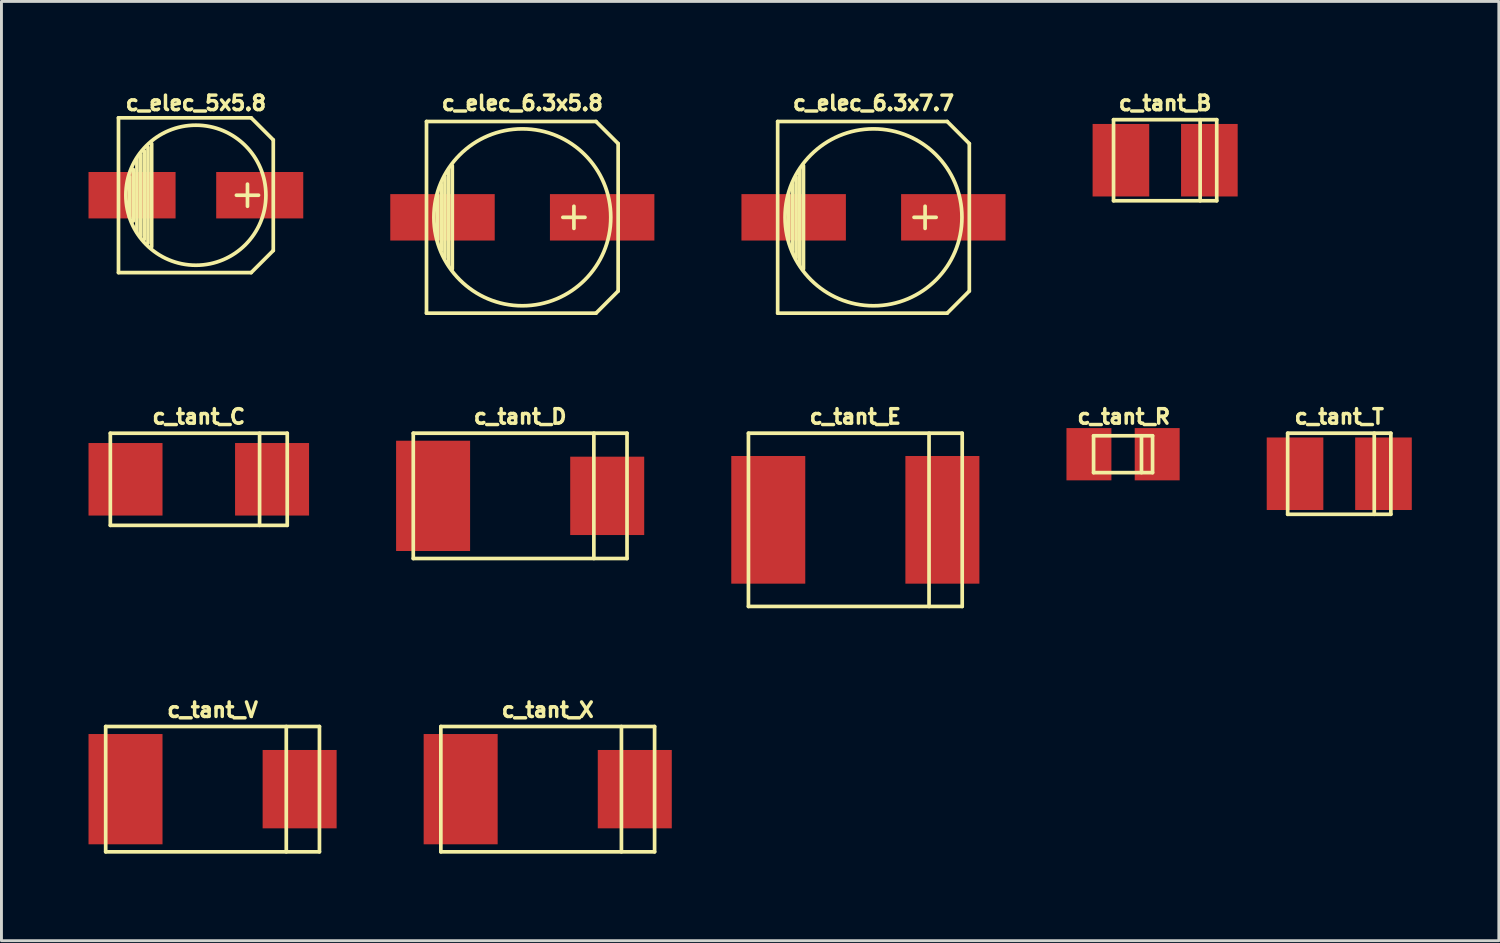
<source format=kicad_pcb>
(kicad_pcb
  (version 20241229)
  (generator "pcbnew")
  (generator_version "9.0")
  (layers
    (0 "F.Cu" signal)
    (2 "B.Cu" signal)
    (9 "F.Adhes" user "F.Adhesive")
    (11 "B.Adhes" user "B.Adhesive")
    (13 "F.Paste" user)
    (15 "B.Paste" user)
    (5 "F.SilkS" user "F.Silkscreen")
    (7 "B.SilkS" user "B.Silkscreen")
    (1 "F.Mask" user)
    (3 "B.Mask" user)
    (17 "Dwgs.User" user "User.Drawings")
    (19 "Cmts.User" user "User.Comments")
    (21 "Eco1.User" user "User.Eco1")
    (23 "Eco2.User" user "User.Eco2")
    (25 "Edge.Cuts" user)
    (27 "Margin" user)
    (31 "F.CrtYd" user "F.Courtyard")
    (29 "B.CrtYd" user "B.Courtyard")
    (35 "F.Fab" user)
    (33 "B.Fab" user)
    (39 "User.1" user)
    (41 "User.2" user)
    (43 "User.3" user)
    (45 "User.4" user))
  (footprint "c_tant_T"
    (layer "F.Cu")
    (at 43.1 13.275)
    (property "Reference" "c_tant_T" (at 0 -1.968 0) (layer "F.SilkS") (effects (font (size 0.5 0.5) (thickness 0.119))))
    (attr through_hole)
    (fp_line (start -1.778 -1.397) (end -1.778 1.397) (stroke (width 0.127) (type solid)) (layer "F.SilkS"))
    (fp_line (start -1.778 1.397) (end 1.778 1.397) (stroke (width 0.127) (type solid)) (layer "F.SilkS"))
    (fp_line (start 1.206 -1.397) (end 1.206 1.397) (stroke (width 0.127) (type solid)) (layer "F.SilkS"))
    (fp_line (start 1.778 -1.397) (end -1.778 -1.397) (stroke (width 0.127) (type solid)) (layer "F.SilkS"))
    (fp_line (start 1.778 1.397) (end 1.778 -1.397) (stroke (width 0.127) (type solid)) (layer "F.SilkS"))
    (pad "1" smd rect (at -1.524 0) (size 1.951 2.499) (layers "F.Cu" "F.Mask" "F.Paste"))
    (pad "2" smd rect (at 1.524 0) (size 1.951 2.499) (layers "F.Cu" "F.Mask" "F.Paste")))
  (footprint "c_tant_D"
    (layer "F.Cu")
    (at 14.874 14.037)
    (property "Reference" "c_tant_D" (at 0 -2.731 0) (layer "F.SilkS") (effects (font (size 0.5 0.5) (thickness 0.119))))
    (attr through_hole)
    (fp_line (start -3.683 -2.159) (end -3.683 2.159) (stroke (width 0.127) (type solid)) (layer "F.SilkS"))
    (fp_line (start -3.683 2.159) (end 3.683 2.159) (stroke (width 0.127) (type solid)) (layer "F.SilkS"))
    (fp_line (start 2.54 -2.159) (end 2.54 2.159) (stroke (width 0.127) (type solid)) (layer "F.SilkS"))
    (fp_line (start 3.683 -2.159) (end -3.683 -2.159) (stroke (width 0.127) (type solid)) (layer "F.SilkS"))
    (fp_line (start 3.683 2.159) (end 3.683 -2.159) (stroke (width 0.127) (type solid)) (layer "F.SilkS"))
    (pad "1" smd rect (at -3 0) (size 2.55 3.8) (layers "F.Cu" "F.Mask" "F.Paste"))
    (pad "2" smd rect (at 3 0) (size 2.55 2.7) (layers "F.Cu" "F.Mask" "F.Paste")))
  (footprint "c_elec_6.3x7.7"
    (layer "F.Cu")
    (at 27.05 4.439)
    (property "Reference" "c_elec_6.3x7.7" (at 0 -3.937 0) (layer "F.SilkS") (effects (font (size 0.5 0.5) (thickness 0.119))))
    (attr through_hole)
    (fp_line (start -3.302 -3.302) (end -3.302 3.302) (stroke (width 0.127) (type solid)) (layer "F.SilkS"))
    (fp_line (start -3.302 3.302) (end 2.54 3.302) (stroke (width 0.127) (type solid)) (layer "F.SilkS"))
    (fp_line (start -2.921 -0.762) (end -2.921 0.762) (stroke (width 0.127) (type solid)) (layer "F.SilkS"))
    (fp_line (start -2.794 1.143) (end -2.794 -1.143) (stroke (width 0.127) (type solid)) (layer "F.SilkS"))
    (fp_line (start -2.667 -1.397) (end -2.667 1.397) (stroke (width 0.127) (type solid)) (layer "F.SilkS"))
    (fp_line (start -2.54 1.651) (end -2.54 -1.651) (stroke (width 0.127) (type solid)) (layer "F.SilkS"))
    (fp_line (start -2.413 -1.778) (end -2.413 1.778) (stroke (width 0.127) (type solid)) (layer "F.SilkS"))
    (fp_line (start 1.778 -0.381) (end 1.778 0.381) (stroke (width 0.127) (type solid)) (layer "F.SilkS"))
    (fp_line (start 2.159 0) (end 1.397 0) (stroke (width 0.127) (type solid)) (layer "F.SilkS"))
    (fp_line (start 2.54 -3.302) (end -3.302 -3.302) (stroke (width 0.127) (type solid)) (layer "F.SilkS"))
    (fp_line (start 2.54 3.302) (end 3.302 2.54) (stroke (width 0.127) (type solid)) (layer "F.SilkS"))
    (fp_line (start 3.302 -2.54) (end 2.54 -3.302) (stroke (width 0.127) (type solid)) (layer "F.SilkS"))
    (fp_line (start 3.302 2.54) (end 3.302 -2.54) (stroke (width 0.127) (type solid)) (layer "F.SilkS"))
    (fp_circle (center 0 0) (end -3.048 0) (stroke (width 0.127) (type solid)) (fill no) (layer "F.SilkS"))
    (pad "1" smd rect (at 2.751 0) (size 3.599 1.6) (layers "F.Cu" "F.Mask" "F.Paste"))
    (pad "2" smd rect (at -2.751 0) (size 3.599 1.6) (layers "F.Cu" "F.Mask" "F.Paste")))
  (footprint "c_tant_C"
    (layer "F.Cu")
    (at 3.8 13.466)
    (property "Reference" "c_tant_C" (at 0 -2.159 0) (layer "F.SilkS") (effects (font (size 0.5 0.5) (thickness 0.119))))
    (attr through_hole)
    (fp_line (start -3.048 -1.587) (end -3.048 1.587) (stroke (width 0.127) (type solid)) (layer "F.SilkS"))
    (fp_line (start -3.048 1.587) (end 3.048 1.587) (stroke (width 0.127) (type solid)) (layer "F.SilkS"))
    (fp_line (start 2.095 -1.587) (end 2.095 1.587) (stroke (width 0.127) (type solid)) (layer "F.SilkS"))
    (fp_line (start 3.048 -1.587) (end -3.048 -1.587) (stroke (width 0.127) (type solid)) (layer "F.SilkS"))
    (fp_line (start 3.048 1.587) (end 3.048 -1.587) (stroke (width 0.127) (type solid)) (layer "F.SilkS"))
    (pad "1" smd rect (at -2.525 0) (size 2.55 2.499) (layers "F.Cu" "F.Mask" "F.Paste"))
    (pad "2" smd rect (at 2.525 0) (size 2.55 2.499) (layers "F.Cu" "F.Mask" "F.Paste")))
  (footprint "c_elec_5x5.8"
    (layer "F.Cu")
    (at 3.7 3.677)
    (property "Reference" "c_elec_5x5.8" (at 0 -3.175 0) (layer "F.SilkS") (effects (font (size 0.5 0.5) (thickness 0.119))))
    (attr through_hole)
    (fp_line (start -2.667 -2.667) (end 1.905 -2.667) (stroke (width 0.127) (type solid)) (layer "F.SilkS"))
    (fp_line (start -2.667 2.667) (end -2.667 -2.667) (stroke (width 0.127) (type solid)) (layer "F.SilkS"))
    (fp_line (start -2.286 -0.635) (end -2.286 0.762) (stroke (width 0.127) (type solid)) (layer "F.SilkS"))
    (fp_line (start -2.159 -0.889) (end -2.159 0.889) (stroke (width 0.127) (type solid)) (layer "F.SilkS"))
    (fp_line (start -2.032 -1.27) (end -2.032 1.27) (stroke (width 0.127) (type solid)) (layer "F.SilkS"))
    (fp_line (start -1.905 1.397) (end -1.905 -1.397) (stroke (width 0.127) (type solid)) (layer "F.SilkS"))
    (fp_line (start -1.778 -1.524) (end -1.778 1.524) (stroke (width 0.127) (type solid)) (layer "F.SilkS"))
    (fp_line (start -1.651 1.651) (end -1.651 -1.651) (stroke (width 0.127) (type solid)) (layer "F.SilkS"))
    (fp_line (start -1.524 -1.778) (end -1.524 1.778) (stroke (width 0.127) (type solid)) (layer "F.SilkS"))
    (fp_line (start 1.778 -0.381) (end 1.778 0.381) (stroke (width 0.127) (type solid)) (layer "F.SilkS"))
    (fp_line (start 1.905 -2.667) (end 2.667 -1.905) (stroke (width 0.127) (type solid)) (layer "F.SilkS"))
    (fp_line (start 1.905 2.667) (end -2.667 2.667) (stroke (width 0.127) (type solid)) (layer "F.SilkS"))
    (fp_line (start 2.159 0) (end 1.397 0) (stroke (width 0.127) (type solid)) (layer "F.SilkS"))
    (fp_line (start 2.667 -1.905) (end 2.667 1.905) (stroke (width 0.127) (type solid)) (layer "F.SilkS"))
    (fp_line (start 2.667 1.905) (end 1.905 2.667) (stroke (width 0.127) (type solid)) (layer "F.SilkS"))
    (fp_circle (center 0 0) (end -2.413 0) (stroke (width 0.127) (type solid)) (fill no) (layer "F.SilkS"))
    (pad "1" smd rect (at 2.2 0) (size 3 1.6) (layers "F.Cu" "F.Mask" "F.Paste"))
    (pad "2" smd rect (at -2.2 0) (size 3 1.6) (layers "F.Cu" "F.Mask" "F.Paste")))
  (footprint "c_elec_6.3x5.8"
    (layer "F.Cu")
    (at 14.949 4.439)
    (property "Reference" "c_elec_6.3x5.8" (at 0 -3.937 0) (layer "F.SilkS") (effects (font (size 0.5 0.5) (thickness 0.119))))
    (attr through_hole)
    (fp_line (start -3.302 -3.302) (end -3.302 3.302) (stroke (width 0.127) (type solid)) (layer "F.SilkS"))
    (fp_line (start -3.302 3.302) (end 2.54 3.302) (stroke (width 0.127) (type solid)) (layer "F.SilkS"))
    (fp_line (start -2.921 -0.762) (end -2.921 0.762) (stroke (width 0.127) (type solid)) (layer "F.SilkS"))
    (fp_line (start -2.794 1.143) (end -2.794 -1.143) (stroke (width 0.127) (type solid)) (layer "F.SilkS"))
    (fp_line (start -2.667 -1.397) (end -2.667 1.397) (stroke (width 0.127) (type solid)) (layer "F.SilkS"))
    (fp_line (start -2.54 1.651) (end -2.54 -1.651) (stroke (width 0.127) (type solid)) (layer "F.SilkS"))
    (fp_line (start -2.413 -1.778) (end -2.413 1.778) (stroke (width 0.127) (type solid)) (layer "F.SilkS"))
    (fp_line (start 1.778 -0.381) (end 1.778 0.381) (stroke (width 0.127) (type solid)) (layer "F.SilkS"))
    (fp_line (start 2.159 0) (end 1.397 0) (stroke (width 0.127) (type solid)) (layer "F.SilkS"))
    (fp_line (start 2.54 -3.302) (end -3.302 -3.302) (stroke (width 0.127) (type solid)) (layer "F.SilkS"))
    (fp_line (start 2.54 3.302) (end 3.302 2.54) (stroke (width 0.127) (type solid)) (layer "F.SilkS"))
    (fp_line (start 3.302 -2.54) (end 2.54 -3.302) (stroke (width 0.127) (type solid)) (layer "F.SilkS"))
    (fp_line (start 3.302 2.54) (end 3.302 -2.54) (stroke (width 0.127) (type solid)) (layer "F.SilkS"))
    (fp_circle (center 0 0) (end -3.048 0) (stroke (width 0.127) (type solid)) (fill no) (layer "F.SilkS"))
    (pad "1" smd rect (at 2.751 0) (size 3.599 1.6) (layers "F.Cu" "F.Mask" "F.Paste"))
    (pad "2" smd rect (at -2.751 0) (size 3.599 1.6) (layers "F.Cu" "F.Mask" "F.Paste")))
  (footprint "c_tant_E"
    (layer "F.Cu")
    (at 26.424 14.863)
    (property "Reference" "c_tant_E" (at 0 -3.556 0) (layer "F.SilkS") (effects (font (size 0.5 0.5) (thickness 0.119))))
    (attr through_hole)
    (fp_line (start -3.683 -2.985) (end -3.683 2.985) (stroke (width 0.127) (type solid)) (layer "F.SilkS"))
    (fp_line (start -3.683 2.985) (end 3.683 2.985) (stroke (width 0.127) (type solid)) (layer "F.SilkS"))
    (fp_line (start 2.54 2.985) (end 2.54 -2.985) (stroke (width 0.127) (type solid)) (layer "F.SilkS"))
    (fp_line (start 3.683 -2.985) (end -3.683 -2.985) (stroke (width 0.127) (type solid)) (layer "F.SilkS"))
    (fp_line (start 3.683 -2.985) (end 3.683 2.985) (stroke (width 0.127) (type solid)) (layer "F.SilkS"))
    (pad "1" smd rect (at -3 0) (size 2.55 4.399) (layers "F.Cu" "F.Mask" "F.Paste"))
    (pad "2" smd rect (at 3 0) (size 2.55 4.399) (layers "F.Cu" "F.Mask" "F.Paste")))
  (footprint "c_tant_R"
    (layer "F.Cu")
    (at 35.65 12.602)
    (property "Reference" "c_tant_R" (at 0.025 -1.295 0) (layer "F.SilkS") (effects (font (size 0.5 0.5) (thickness 0.119))))
    (attr through_hole)
    (fp_line (start -1.016 -0.635) (end -1.016 0.635) (stroke (width 0.127) (type solid)) (layer "F.SilkS"))
    (fp_line (start -1.016 0.635) (end 1.016 0.635) (stroke (width 0.127) (type solid)) (layer "F.SilkS"))
    (fp_line (start 0.635 -0.635) (end 0.635 0.635) (stroke (width 0.127) (type solid)) (layer "F.SilkS"))
    (fp_line (start 1.016 -0.635) (end -1.016 -0.635) (stroke (width 0.127) (type solid)) (layer "F.SilkS"))
    (fp_line (start 1.016 0.635) (end 1.016 -0.635) (stroke (width 0.127) (type solid)) (layer "F.SilkS"))
    (pad "1" smd rect (at -1.176 0) (size 1.549 1.801) (layers "F.Cu" "F.Mask" "F.Paste"))
    (pad "2" smd rect (at 1.176 0) (size 1.549 1.801) (layers "F.Cu" "F.Mask" "F.Paste")))
  (footprint "c_tant_X"
    (layer "F.Cu")
    (at 15.824 24.144)
    (property "Reference" "c_tant_X" (at 0 -2.731 0) (layer "F.SilkS") (effects (font (size 0.5 0.5) (thickness 0.119))))
    (attr through_hole)
    (fp_line (start -3.683 -2.159) (end -3.683 2.159) (stroke (width 0.127) (type solid)) (layer "F.SilkS"))
    (fp_line (start -3.683 2.159) (end 3.683 2.159) (stroke (width 0.127) (type solid)) (layer "F.SilkS"))
    (fp_line (start 2.54 -2.159) (end 2.54 2.159) (stroke (width 0.127) (type solid)) (layer "F.SilkS"))
    (fp_line (start 3.683 -2.159) (end -3.683 -2.159) (stroke (width 0.127) (type solid)) (layer "F.SilkS"))
    (fp_line (start 3.683 2.159) (end 3.683 -2.159) (stroke (width 0.127) (type solid)) (layer "F.SilkS"))
    (pad "1" smd rect (at -3 0) (size 2.55 3.8) (layers "F.Cu" "F.Mask" "F.Paste"))
    (pad "2" smd rect (at 3 0) (size 2.55 2.7) (layers "F.Cu" "F.Mask" "F.Paste")))
  (footprint "c_tant_B"
    (layer "F.Cu")
    (at 37.1 2.471)
    (property "Reference" "c_tant_B" (at 0 -1.968 0) (layer "F.SilkS") (effects (font (size 0.5 0.5) (thickness 0.119))))
    (attr through_hole)
    (fp_line (start -1.778 -1.397) (end -1.778 1.397) (stroke (width 0.127) (type solid)) (layer "F.SilkS"))
    (fp_line (start -1.778 1.397) (end 1.778 1.397) (stroke (width 0.127) (type solid)) (layer "F.SilkS"))
    (fp_line (start 1.206 -1.397) (end 1.206 1.397) (stroke (width 0.127) (type solid)) (layer "F.SilkS"))
    (fp_line (start 1.778 -1.397) (end -1.778 -1.397) (stroke (width 0.127) (type solid)) (layer "F.SilkS"))
    (fp_line (start 1.778 1.397) (end 1.778 -1.397) (stroke (width 0.127) (type solid)) (layer "F.SilkS"))
    (pad "1" smd rect (at -1.524 0) (size 1.951 2.499) (layers "F.Cu" "F.Mask" "F.Paste"))
    (pad "2" smd rect (at 1.524 0) (size 1.951 2.499) (layers "F.Cu" "F.Mask" "F.Paste")))
  (footprint "c_tant_V"
    (layer "F.Cu")
    (at 4.275 24.144)
    (property "Reference" "c_tant_V" (at 0 -2.731 0) (layer "F.SilkS") (effects (font (size 0.5 0.5) (thickness 0.119))))
    (attr through_hole)
    (fp_line (start -3.683 -2.159) (end -3.683 2.159) (stroke (width 0.127) (type solid)) (layer "F.SilkS"))
    (fp_line (start -3.683 2.159) (end 3.683 2.159) (stroke (width 0.127) (type solid)) (layer "F.SilkS"))
    (fp_line (start 2.54 -2.159) (end 2.54 2.159) (stroke (width 0.127) (type solid)) (layer "F.SilkS"))
    (fp_line (start 3.683 -2.159) (end -3.683 -2.159) (stroke (width 0.127) (type solid)) (layer "F.SilkS"))
    (fp_line (start 3.683 2.159) (end 3.683 -2.159) (stroke (width 0.127) (type solid)) (layer "F.SilkS"))
    (pad "1" smd rect (at -3 0) (size 2.55 3.8) (layers "F.Cu" "F.Mask" "F.Paste"))
    (pad "2" smd rect (at 3 0) (size 2.55 2.7) (layers "F.Cu" "F.Mask" "F.Paste")))
  (gr_rect
    (start -3 -3)
    (end 48.599 29.366)
    (stroke (width 0.1) (type default))
    (fill no)
    (layer "Edge.Cuts")))
</source>
